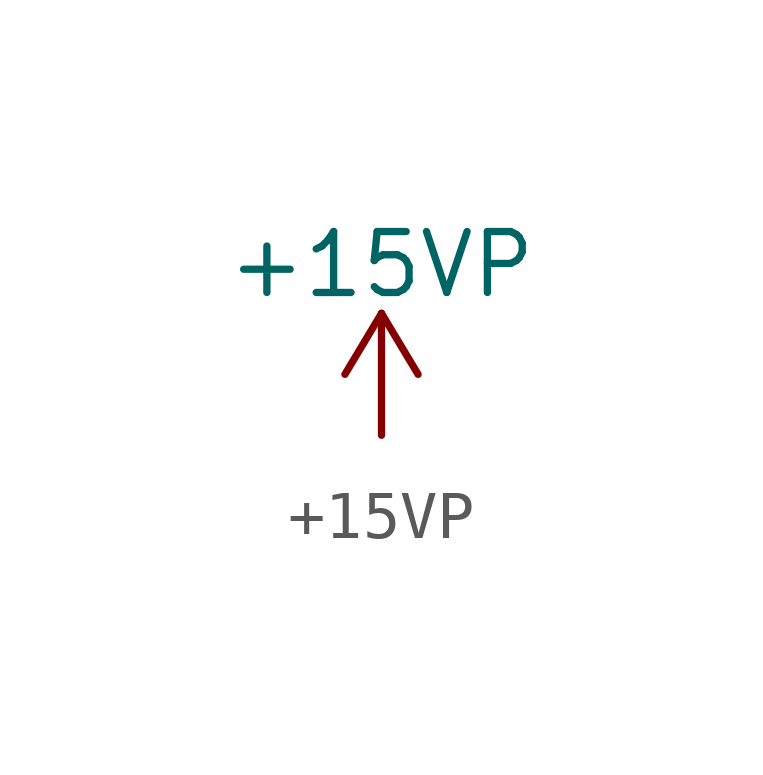
<source format=kicad_sym>
(kicad_symbol_lib
  (version 20211014)
  (generator kicad_symbol_editor)
  (symbol "+15VP"
    (power)
    (pin_names
      (offset 0))
    (property "Reference" "#PWR"
      (at 0 -3.81 0)
      (effects (font (size 1.27 1.27)) hide))
    (property "Value" "+15VP"
      (at 0 3.556 0)
      (effects (font (size 1.27 1.27))))
    (symbol "+15VP_0_1"
      (polyline (pts (xy -0.762 1.27) (xy 0 2.54)) (stroke (width 0) (type default) (color 0 0 0 0)) (fill (type none)))
      (polyline (pts (xy 0 0) (xy 0 2.54)) (stroke (width 0) (type default) (color 0 0 0 0)) (fill (type none)))
      (polyline (pts (xy 0 2.54) (xy 0.762 1.27)) (stroke (width 0) (type default) (color 0 0 0 0)) (fill (type none))))
    (symbol "+15VP_1_1"
      (pin power_in line (at 0 0 90) (length 0) hide (name "+15VP" (effects (font (size 1.27 1.27)))) (number "1" (effects (font (size 1.27 1.27))))))))
</source>
